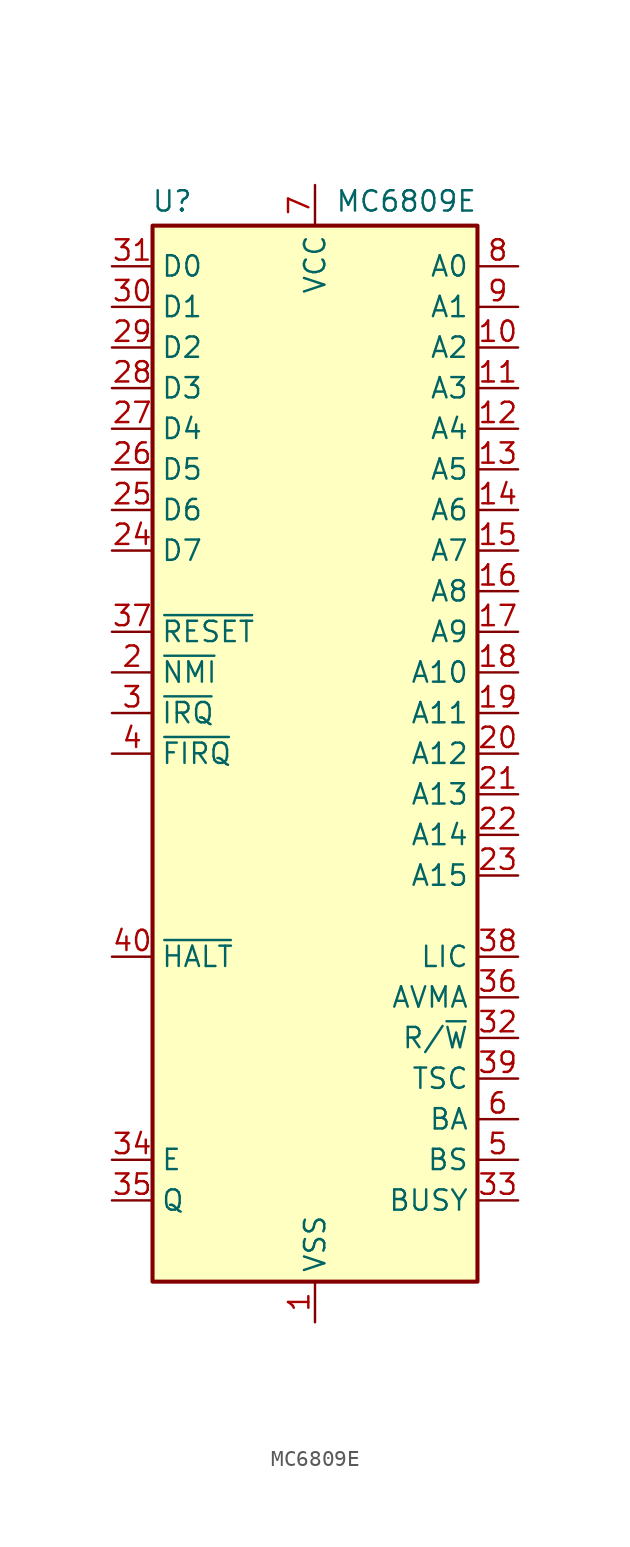
<source format=kicad_sym>
(kicad_symbol_lib
  (version 20211014)
  (generator kicad_symbol_editor)
  (symbol "MC6809E"
    (property "Reference" "U"
      (at -7.62 34.544 0)
      (effects (font (size 1.27 1.27)) (justify right)))
    (property "Value" "MC6809E"
      (at 10.16 34.544 0)
      (effects (font (size 1.27 1.27)) (justify right)))
    (symbol "MC6809E_0_1"
      (rectangle (start -10.16 -33.02) (end 10.16 33.02) (stroke (width 0.254) (type default) (color 0 0 0 0)) (fill (type background))))
    (symbol "MC6809E_1_1"
      (pin power_in line (at 0 -35.56 90) (length 2.54) (name "VSS" (effects (font (size 1.27 1.27)))) (number "1" (effects (font (size 1.27 1.27)))))
      (pin output line (at 12.7 25.4 180) (length 2.54) (name "A2" (effects (font (size 1.27 1.27)))) (number "10" (effects (font (size 1.27 1.27)))))
      (pin output line (at 12.7 22.86 180) (length 2.54) (name "A3" (effects (font (size 1.27 1.27)))) (number "11" (effects (font (size 1.27 1.27)))))
      (pin output line (at 12.7 20.32 180) (length 2.54) (name "A4" (effects (font (size 1.27 1.27)))) (number "12" (effects (font (size 1.27 1.27)))))
      (pin output line (at 12.7 17.78 180) (length 2.54) (name "A5" (effects (font (size 1.27 1.27)))) (number "13" (effects (font (size 1.27 1.27)))))
      (pin output line (at 12.7 15.24 180) (length 2.54) (name "A6" (effects (font (size 1.27 1.27)))) (number "14" (effects (font (size 1.27 1.27)))))
      (pin output line (at 12.7 12.7 180) (length 2.54) (name "A7" (effects (font (size 1.27 1.27)))) (number "15" (effects (font (size 1.27 1.27)))))
      (pin output line (at 12.7 10.16 180) (length 2.54) (name "A8" (effects (font (size 1.27 1.27)))) (number "16" (effects (font (size 1.27 1.27)))))
      (pin output line (at 12.7 7.62 180) (length 2.54) (name "A9" (effects (font (size 1.27 1.27)))) (number "17" (effects (font (size 1.27 1.27)))))
      (pin output line (at 12.7 5.08 180) (length 2.54) (name "A10" (effects (font (size 1.27 1.27)))) (number "18" (effects (font (size 1.27 1.27)))))
      (pin output line (at 12.7 2.54 180) (length 2.54) (name "A11" (effects (font (size 1.27 1.27)))) (number "19" (effects (font (size 1.27 1.27)))))
      (pin input line (at -12.7 5.08 0) (length 2.54) (name "~{NMI}" (effects (font (size 1.27 1.27)))) (number "2" (effects (font (size 1.27 1.27)))))
      (pin output line (at 12.7 0 180) (length 2.54) (name "A12" (effects (font (size 1.27 1.27)))) (number "20" (effects (font (size 1.27 1.27)))))
      (pin output line (at 12.7 -2.54 180) (length 2.54) (name "A13" (effects (font (size 1.27 1.27)))) (number "21" (effects (font (size 1.27 1.27)))))
      (pin output line (at 12.7 -5.08 180) (length 2.54) (name "A14" (effects (font (size 1.27 1.27)))) (number "22" (effects (font (size 1.27 1.27)))))
      (pin output line (at 12.7 -7.62 180) (length 2.54) (name "A15" (effects (font (size 1.27 1.27)))) (number "23" (effects (font (size 1.27 1.27)))))
      (pin bidirectional line (at -12.7 12.7 0) (length 2.54) (name "D7" (effects (font (size 1.27 1.27)))) (number "24" (effects (font (size 1.27 1.27)))))
      (pin bidirectional line (at -12.7 15.24 0) (length 2.54) (name "D6" (effects (font (size 1.27 1.27)))) (number "25" (effects (font (size 1.27 1.27)))))
      (pin bidirectional line (at -12.7 17.78 0) (length 2.54) (name "D5" (effects (font (size 1.27 1.27)))) (number "26" (effects (font (size 1.27 1.27)))))
      (pin bidirectional line (at -12.7 20.32 0) (length 2.54) (name "D4" (effects (font (size 1.27 1.27)))) (number "27" (effects (font (size 1.27 1.27)))))
      (pin bidirectional line (at -12.7 22.86 0) (length 2.54) (name "D3" (effects (font (size 1.27 1.27)))) (number "28" (effects (font (size 1.27 1.27)))))
      (pin bidirectional line (at -12.7 25.4 0) (length 2.54) (name "D2" (effects (font (size 1.27 1.27)))) (number "29" (effects (font (size 1.27 1.27)))))
      (pin input line (at -12.7 2.54 0) (length 2.54) (name "~{IRQ}" (effects (font (size 1.27 1.27)))) (number "3" (effects (font (size 1.27 1.27)))))
      (pin bidirectional line (at -12.7 27.94 0) (length 2.54) (name "D1" (effects (font (size 1.27 1.27)))) (number "30" (effects (font (size 1.27 1.27)))))
      (pin bidirectional line (at -12.7 30.48 0) (length 2.54) (name "D0" (effects (font (size 1.27 1.27)))) (number "31" (effects (font (size 1.27 1.27)))))
      (pin output line (at 12.7 -17.78 180) (length 2.54) (name "R/~{W}" (effects (font (size 1.27 1.27)))) (number "32" (effects (font (size 1.27 1.27)))))
      (pin output line (at 12.7 -27.94 180) (length 2.54) (name "BUSY" (effects (font (size 1.27 1.27)))) (number "33" (effects (font (size 1.27 1.27)))))
      (pin input line (at -12.7 -25.4 0) (length 2.54) (name "E" (effects (font (size 1.27 1.27)))) (number "34" (effects (font (size 1.27 1.27)))))
      (pin input line (at -12.7 -27.94 0) (length 2.54) (name "Q" (effects (font (size 1.27 1.27)))) (number "35" (effects (font (size 1.27 1.27)))))
      (pin output line (at 12.7 -15.24 180) (length 2.54) (name "AVMA" (effects (font (size 1.27 1.27)))) (number "36" (effects (font (size 1.27 1.27)))))
      (pin input line (at -12.7 7.62 0) (length 2.54) (name "~{RESET}" (effects (font (size 1.27 1.27)))) (number "37" (effects (font (size 1.27 1.27)))))
      (pin output line (at 12.7 -12.7 180) (length 2.54) (name "LIC" (effects (font (size 1.27 1.27)))) (number "38" (effects (font (size 1.27 1.27)))))
      (pin output line (at 12.7 -20.32 180) (length 2.54) (name "TSC" (effects (font (size 1.27 1.27)))) (number "39" (effects (font (size 1.27 1.27)))))
      (pin input line (at -12.7 0 0) (length 2.54) (name "~{FIRQ}" (effects (font (size 1.27 1.27)))) (number "4" (effects (font (size 1.27 1.27)))))
      (pin input line (at -12.7 -12.7 0) (length 2.54) (name "~{HALT}" (effects (font (size 1.27 1.27)))) (number "40" (effects (font (size 1.27 1.27)))))
      (pin output line (at 12.7 -25.4 180) (length 2.54) (name "BS" (effects (font (size 1.27 1.27)))) (number "5" (effects (font (size 1.27 1.27)))))
      (pin output line (at 12.7 -22.86 180) (length 2.54) (name "BA" (effects (font (size 1.27 1.27)))) (number "6" (effects (font (size 1.27 1.27)))))
      (pin power_in line (at 0 35.56 270) (length 2.54) (name "VCC" (effects (font (size 1.27 1.27)))) (number "7" (effects (font (size 1.27 1.27)))))
      (pin output line (at 12.7 30.48 180) (length 2.54) (name "A0" (effects (font (size 1.27 1.27)))) (number "8" (effects (font (size 1.27 1.27)))))
      (pin output line (at 12.7 27.94 180) (length 2.54) (name "A1" (effects (font (size 1.27 1.27)))) (number "9" (effects (font (size 1.27 1.27))))))))
</source>
